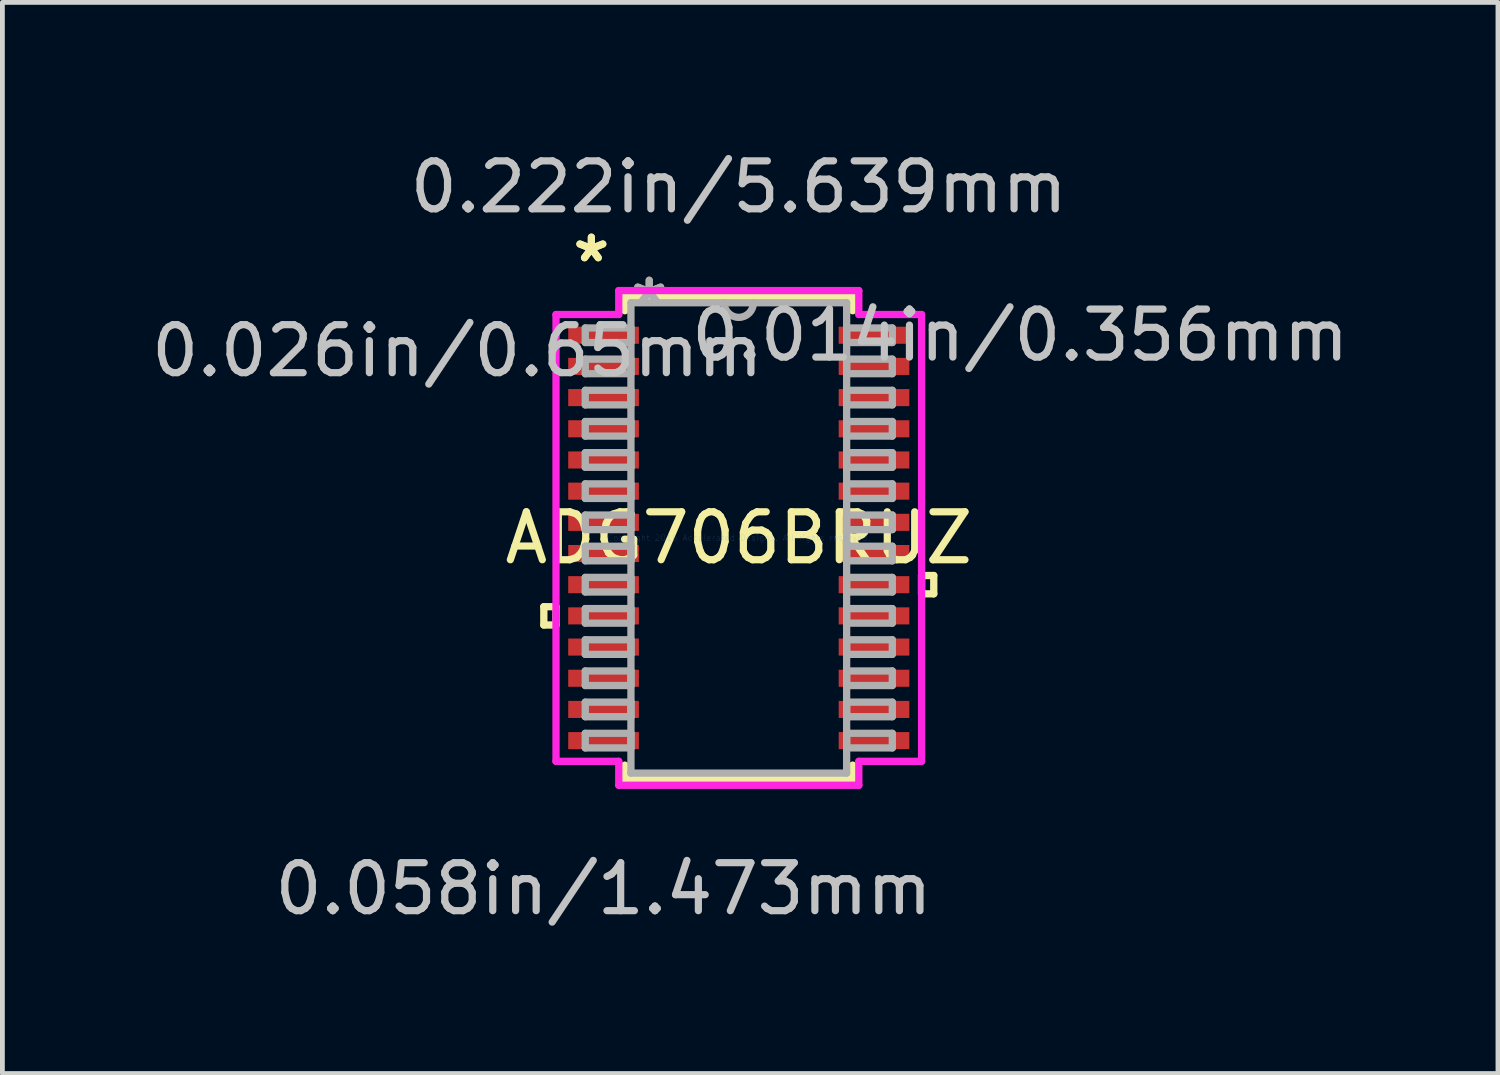
<source format=kicad_pcb>
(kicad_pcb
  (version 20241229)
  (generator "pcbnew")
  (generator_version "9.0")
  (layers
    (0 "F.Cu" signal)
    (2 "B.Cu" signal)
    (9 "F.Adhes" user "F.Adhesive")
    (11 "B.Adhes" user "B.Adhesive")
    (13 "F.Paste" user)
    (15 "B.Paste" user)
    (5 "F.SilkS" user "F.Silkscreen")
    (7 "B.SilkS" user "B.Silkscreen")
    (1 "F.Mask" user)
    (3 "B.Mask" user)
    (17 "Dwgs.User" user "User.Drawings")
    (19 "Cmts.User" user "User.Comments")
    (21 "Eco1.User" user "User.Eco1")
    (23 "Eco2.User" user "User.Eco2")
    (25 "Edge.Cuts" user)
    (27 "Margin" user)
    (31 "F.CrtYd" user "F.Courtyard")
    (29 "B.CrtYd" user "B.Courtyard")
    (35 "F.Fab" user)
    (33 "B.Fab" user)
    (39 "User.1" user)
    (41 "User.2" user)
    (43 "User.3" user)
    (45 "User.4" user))
  (footprint "ADG706BRUZ"
    (layer "F.Cu")
    (at 12.35 8.163)
    (property "Reference" "ADG706BRUZ" (at 0 0 0) (layer "F.SilkS") (effects (font (size 1 1) (thickness 0.15))))
    (attr through_hole)
    (fp_line (start -4.064 1.434) (end -4.064 1.815) (stroke (width 0.152) (type solid)) (layer "F.SilkS"))
    (fp_line (start -4.064 1.815) (end -3.81 1.815) (stroke (width 0.152) (type solid)) (layer "F.SilkS"))
    (fp_line (start -3.81 1.434) (end -4.064 1.434) (stroke (width 0.152) (type solid)) (layer "F.SilkS"))
    (fp_line (start -3.81 1.815) (end -3.81 1.434) (stroke (width 0.152) (type solid)) (layer "F.SilkS"))
    (fp_line (start -2.375 -5.029) (end -2.375 -4.736) (stroke (width 0.152) (type solid)) (layer "F.SilkS"))
    (fp_line (start -2.375 4.736) (end -2.375 5.029) (stroke (width 0.152) (type solid)) (layer "F.SilkS"))
    (fp_line (start -2.375 5.029) (end 2.375 5.029) (stroke (width 0.152) (type solid)) (layer "F.SilkS"))
    (fp_line (start 2.375 -5.029) (end -2.375 -5.029) (stroke (width 0.152) (type solid)) (layer "F.SilkS"))
    (fp_line (start 2.375 -4.736) (end 2.375 -5.029) (stroke (width 0.152) (type solid)) (layer "F.SilkS"))
    (fp_line (start 2.375 5.029) (end 2.375 4.736) (stroke (width 0.152) (type solid)) (layer "F.SilkS"))
    (fp_line (start 3.81 0.784) (end 4.064 0.784) (stroke (width 0.152) (type solid)) (layer "F.SilkS"))
    (fp_line (start 3.81 1.165) (end 3.81 0.784) (stroke (width 0.152) (type solid)) (layer "F.SilkS"))
    (fp_line (start 4.064 0.784) (end 4.064 1.165) (stroke (width 0.152) (type solid)) (layer "F.SilkS"))
    (fp_line (start 4.064 1.165) (end 3.81 1.165) (stroke (width 0.152) (type solid)) (layer "F.SilkS"))
    (fp_line (start -3.81 -4.657) (end -2.502 -4.657) (stroke (width 0.152) (type solid)) (layer "F.CrtYd"))
    (fp_line (start -3.81 4.657) (end -3.81 -4.657) (stroke (width 0.152) (type solid)) (layer "F.CrtYd"))
    (fp_line (start -2.502 -5.156) (end 2.502 -5.156) (stroke (width 0.152) (type solid)) (layer "F.CrtYd"))
    (fp_line (start -2.502 -4.657) (end -2.502 -5.156) (stroke (width 0.152) (type solid)) (layer "F.CrtYd"))
    (fp_line (start -2.502 4.657) (end -3.81 4.657) (stroke (width 0.152) (type solid)) (layer "F.CrtYd"))
    (fp_line (start -2.502 5.156) (end -2.502 4.657) (stroke (width 0.152) (type solid)) (layer "F.CrtYd"))
    (fp_line (start 2.502 -5.156) (end 2.502 -4.657) (stroke (width 0.152) (type solid)) (layer "F.CrtYd"))
    (fp_line (start 2.502 -4.657) (end 3.81 -4.657) (stroke (width 0.152) (type solid)) (layer "F.CrtYd"))
    (fp_line (start 2.502 4.657) (end 2.502 5.156) (stroke (width 0.152) (type solid)) (layer "F.CrtYd"))
    (fp_line (start 2.502 5.156) (end -2.502 5.156) (stroke (width 0.152) (type solid)) (layer "F.CrtYd"))
    (fp_line (start 3.81 -4.657) (end 3.81 4.657) (stroke (width 0.152) (type solid)) (layer "F.CrtYd"))
    (fp_line (start 3.81 4.657) (end 2.502 4.657) (stroke (width 0.152) (type solid)) (layer "F.CrtYd"))
    (fp_line (start -3.2 -4.377) (end -3.2 -4.073) (stroke (width 0.152) (type solid)) (layer "F.Fab"))
    (fp_line (start -3.2 -4.073) (end -2.248 -4.073) (stroke (width 0.152) (type solid)) (layer "F.Fab"))
    (fp_line (start -3.2 -3.727) (end -3.2 -3.423) (stroke (width 0.152) (type solid)) (layer "F.Fab"))
    (fp_line (start -3.2 -3.423) (end -2.248 -3.423) (stroke (width 0.152) (type solid)) (layer "F.Fab"))
    (fp_line (start -3.2 -3.077) (end -3.2 -2.773) (stroke (width 0.152) (type solid)) (layer "F.Fab"))
    (fp_line (start -3.2 -2.773) (end -2.248 -2.773) (stroke (width 0.152) (type solid)) (layer "F.Fab"))
    (fp_line (start -3.2 -2.427) (end -3.2 -2.123) (stroke (width 0.152) (type solid)) (layer "F.Fab"))
    (fp_line (start -3.2 -2.123) (end -2.248 -2.123) (stroke (width 0.152) (type solid)) (layer "F.Fab"))
    (fp_line (start -3.2 -1.777) (end -3.2 -1.473) (stroke (width 0.152) (type solid)) (layer "F.Fab"))
    (fp_line (start -3.2 -1.473) (end -2.248 -1.473) (stroke (width 0.152) (type solid)) (layer "F.Fab"))
    (fp_line (start -3.2 -1.127) (end -3.2 -0.823) (stroke (width 0.152) (type solid)) (layer "F.Fab"))
    (fp_line (start -3.2 -0.823) (end -2.248 -0.823) (stroke (width 0.152) (type solid)) (layer "F.Fab"))
    (fp_line (start -3.2 -0.477) (end -3.2 -0.173) (stroke (width 0.152) (type solid)) (layer "F.Fab"))
    (fp_line (start -3.2 -0.173) (end -2.248 -0.173) (stroke (width 0.152) (type solid)) (layer "F.Fab"))
    (fp_line (start -3.2 0.173) (end -3.2 0.477) (stroke (width 0.152) (type solid)) (layer "F.Fab"))
    (fp_line (start -3.2 0.477) (end -2.248 0.477) (stroke (width 0.152) (type solid)) (layer "F.Fab"))
    (fp_line (start -3.2 0.823) (end -3.2 1.127) (stroke (width 0.152) (type solid)) (layer "F.Fab"))
    (fp_line (start -3.2 1.127) (end -2.248 1.127) (stroke (width 0.152) (type solid)) (layer "F.Fab"))
    (fp_line (start -3.2 1.473) (end -3.2 1.777) (stroke (width 0.152) (type solid)) (layer "F.Fab"))
    (fp_line (start -3.2 1.777) (end -2.248 1.777) (stroke (width 0.152) (type solid)) (layer "F.Fab"))
    (fp_line (start -3.2 2.123) (end -3.2 2.427) (stroke (width 0.152) (type solid)) (layer "F.Fab"))
    (fp_line (start -3.2 2.427) (end -2.248 2.427) (stroke (width 0.152) (type solid)) (layer "F.Fab"))
    (fp_line (start -3.2 2.773) (end -3.2 3.077) (stroke (width 0.152) (type solid)) (layer "F.Fab"))
    (fp_line (start -3.2 3.077) (end -2.248 3.077) (stroke (width 0.152) (type solid)) (layer "F.Fab"))
    (fp_line (start -3.2 3.423) (end -3.2 3.727) (stroke (width 0.152) (type solid)) (layer "F.Fab"))
    (fp_line (start -3.2 3.727) (end -2.248 3.727) (stroke (width 0.152) (type solid)) (layer "F.Fab"))
    (fp_line (start -3.2 4.073) (end -3.2 4.377) (stroke (width 0.152) (type solid)) (layer "F.Fab"))
    (fp_line (start -3.2 4.377) (end -2.248 4.377) (stroke (width 0.152) (type solid)) (layer "F.Fab"))
    (fp_line (start -2.248 -4.902) (end -2.248 4.902) (stroke (width 0.152) (type solid)) (layer "F.Fab"))
    (fp_line (start -2.248 -4.377) (end -3.2 -4.377) (stroke (width 0.152) (type solid)) (layer "F.Fab"))
    (fp_line (start -2.248 -4.073) (end -2.248 -4.377) (stroke (width 0.152) (type solid)) (layer "F.Fab"))
    (fp_line (start -2.248 -3.727) (end -3.2 -3.727) (stroke (width 0.152) (type solid)) (layer "F.Fab"))
    (fp_line (start -2.248 -3.423) (end -2.248 -3.727) (stroke (width 0.152) (type solid)) (layer "F.Fab"))
    (fp_line (start -2.248 -3.077) (end -3.2 -3.077) (stroke (width 0.152) (type solid)) (layer "F.Fab"))
    (fp_line (start -2.248 -2.773) (end -2.248 -3.077) (stroke (width 0.152) (type solid)) (layer "F.Fab"))
    (fp_line (start -2.248 -2.427) (end -3.2 -2.427) (stroke (width 0.152) (type solid)) (layer "F.Fab"))
    (fp_line (start -2.248 -2.123) (end -2.248 -2.427) (stroke (width 0.152) (type solid)) (layer "F.Fab"))
    (fp_line (start -2.248 -1.777) (end -3.2 -1.777) (stroke (width 0.152) (type solid)) (layer "F.Fab"))
    (fp_line (start -2.248 -1.473) (end -2.248 -1.777) (stroke (width 0.152) (type solid)) (layer "F.Fab"))
    (fp_line (start -2.248 -1.127) (end -3.2 -1.127) (stroke (width 0.152) (type solid)) (layer "F.Fab"))
    (fp_line (start -2.248 -0.823) (end -2.248 -1.127) (stroke (width 0.152) (type solid)) (layer "F.Fab"))
    (fp_line (start -2.248 -0.477) (end -3.2 -0.477) (stroke (width 0.152) (type solid)) (layer "F.Fab"))
    (fp_line (start -2.248 -0.173) (end -2.248 -0.477) (stroke (width 0.152) (type solid)) (layer "F.Fab"))
    (fp_line (start -2.248 0.173) (end -3.2 0.173) (stroke (width 0.152) (type solid)) (layer "F.Fab"))
    (fp_line (start -2.248 0.477) (end -2.248 0.173) (stroke (width 0.152) (type solid)) (layer "F.Fab"))
    (fp_line (start -2.248 0.823) (end -3.2 0.823) (stroke (width 0.152) (type solid)) (layer "F.Fab"))
    (fp_line (start -2.248 1.127) (end -2.248 0.823) (stroke (width 0.152) (type solid)) (layer "F.Fab"))
    (fp_line (start -2.248 1.473) (end -3.2 1.473) (stroke (width 0.152) (type solid)) (layer "F.Fab"))
    (fp_line (start -2.248 1.777) (end -2.248 1.473) (stroke (width 0.152) (type solid)) (layer "F.Fab"))
    (fp_line (start -2.248 2.123) (end -3.2 2.123) (stroke (width 0.152) (type solid)) (layer "F.Fab"))
    (fp_line (start -2.248 2.427) (end -2.248 2.123) (stroke (width 0.152) (type solid)) (layer "F.Fab"))
    (fp_line (start -2.248 2.773) (end -3.2 2.773) (stroke (width 0.152) (type solid)) (layer "F.Fab"))
    (fp_line (start -2.248 3.077) (end -2.248 2.773) (stroke (width 0.152) (type solid)) (layer "F.Fab"))
    (fp_line (start -2.248 3.423) (end -3.2 3.423) (stroke (width 0.152) (type solid)) (layer "F.Fab"))
    (fp_line (start -2.248 3.727) (end -2.248 3.423) (stroke (width 0.152) (type solid)) (layer "F.Fab"))
    (fp_line (start -2.248 4.073) (end -3.2 4.073) (stroke (width 0.152) (type solid)) (layer "F.Fab"))
    (fp_line (start -2.248 4.377) (end -2.248 4.073) (stroke (width 0.152) (type solid)) (layer "F.Fab"))
    (fp_line (start -2.248 4.902) (end 2.248 4.902) (stroke (width 0.152) (type solid)) (layer "F.Fab"))
    (fp_line (start 2.248 -4.902) (end -2.248 -4.902) (stroke (width 0.152) (type solid)) (layer "F.Fab"))
    (fp_line (start 2.248 -4.377) (end 2.248 -4.073) (stroke (width 0.152) (type solid)) (layer "F.Fab"))
    (fp_line (start 2.248 -4.073) (end 3.2 -4.073) (stroke (width 0.152) (type solid)) (layer "F.Fab"))
    (fp_line (start 2.248 -3.727) (end 2.248 -3.423) (stroke (width 0.152) (type solid)) (layer "F.Fab"))
    (fp_line (start 2.248 -3.423) (end 3.2 -3.423) (stroke (width 0.152) (type solid)) (layer "F.Fab"))
    (fp_line (start 2.248 -3.077) (end 2.248 -2.773) (stroke (width 0.152) (type solid)) (layer "F.Fab"))
    (fp_line (start 2.248 -2.773) (end 3.2 -2.773) (stroke (width 0.152) (type solid)) (layer "F.Fab"))
    (fp_line (start 2.248 -2.427) (end 2.248 -2.123) (stroke (width 0.152) (type solid)) (layer "F.Fab"))
    (fp_line (start 2.248 -2.123) (end 3.2 -2.123) (stroke (width 0.152) (type solid)) (layer "F.Fab"))
    (fp_line (start 2.248 -1.777) (end 2.248 -1.473) (stroke (width 0.152) (type solid)) (layer "F.Fab"))
    (fp_line (start 2.248 -1.473) (end 3.2 -1.473) (stroke (width 0.152) (type solid)) (layer "F.Fab"))
    (fp_line (start 2.248 -1.127) (end 2.248 -0.823) (stroke (width 0.152) (type solid)) (layer "F.Fab"))
    (fp_line (start 2.248 -0.823) (end 3.2 -0.823) (stroke (width 0.152) (type solid)) (layer "F.Fab"))
    (fp_line (start 2.248 -0.477) (end 2.248 -0.173) (stroke (width 0.152) (type solid)) (layer "F.Fab"))
    (fp_line (start 2.248 -0.173) (end 3.2 -0.173) (stroke (width 0.152) (type solid)) (layer "F.Fab"))
    (fp_line (start 2.248 0.173) (end 2.248 0.477) (stroke (width 0.152) (type solid)) (layer "F.Fab"))
    (fp_line (start 2.248 0.477) (end 3.2 0.477) (stroke (width 0.152) (type solid)) (layer "F.Fab"))
    (fp_line (start 2.248 0.823) (end 2.248 1.127) (stroke (width 0.152) (type solid)) (layer "F.Fab"))
    (fp_line (start 2.248 1.127) (end 3.2 1.127) (stroke (width 0.152) (type solid)) (layer "F.Fab"))
    (fp_line (start 2.248 1.473) (end 2.248 1.777) (stroke (width 0.152) (type solid)) (layer "F.Fab"))
    (fp_line (start 2.248 1.777) (end 3.2 1.777) (stroke (width 0.152) (type solid)) (layer "F.Fab"))
    (fp_line (start 2.248 2.123) (end 2.248 2.427) (stroke (width 0.152) (type solid)) (layer "F.Fab"))
    (fp_line (start 2.248 2.427) (end 3.2 2.427) (stroke (width 0.152) (type solid)) (layer "F.Fab"))
    (fp_line (start 2.248 2.773) (end 2.248 3.077) (stroke (width 0.152) (type solid)) (layer "F.Fab"))
    (fp_line (start 2.248 3.077) (end 3.2 3.077) (stroke (width 0.152) (type solid)) (layer "F.Fab"))
    (fp_line (start 2.248 3.423) (end 2.248 3.727) (stroke (width 0.152) (type solid)) (layer "F.Fab"))
    (fp_line (start 2.248 3.727) (end 3.2 3.727) (stroke (width 0.152) (type solid)) (layer "F.Fab"))
    (fp_line (start 2.248 4.073) (end 2.248 4.377) (stroke (width 0.152) (type solid)) (layer "F.Fab"))
    (fp_line (start 2.248 4.377) (end 3.2 4.377) (stroke (width 0.152) (type solid)) (layer "F.Fab"))
    (fp_line (start 2.248 4.902) (end 2.248 -4.902) (stroke (width 0.152) (type solid)) (layer "F.Fab"))
    (fp_line (start 3.2 -4.377) (end 2.248 -4.377) (stroke (width 0.152) (type solid)) (layer "F.Fab"))
    (fp_line (start 3.2 -4.073) (end 3.2 -4.377) (stroke (width 0.152) (type solid)) (layer "F.Fab"))
    (fp_line (start 3.2 -3.727) (end 2.248 -3.727) (stroke (width 0.152) (type solid)) (layer "F.Fab"))
    (fp_line (start 3.2 -3.423) (end 3.2 -3.727) (stroke (width 0.152) (type solid)) (layer "F.Fab"))
    (fp_line (start 3.2 -3.077) (end 2.248 -3.077) (stroke (width 0.152) (type solid)) (layer "F.Fab"))
    (fp_line (start 3.2 -2.773) (end 3.2 -3.077) (stroke (width 0.152) (type solid)) (layer "F.Fab"))
    (fp_line (start 3.2 -2.427) (end 2.248 -2.427) (stroke (width 0.152) (type solid)) (layer "F.Fab"))
    (fp_line (start 3.2 -2.123) (end 3.2 -2.427) (stroke (width 0.152) (type solid)) (layer "F.Fab"))
    (fp_line (start 3.2 -1.777) (end 2.248 -1.777) (stroke (width 0.152) (type solid)) (layer "F.Fab"))
    (fp_line (start 3.2 -1.473) (end 3.2 -1.777) (stroke (width 0.152) (type solid)) (layer "F.Fab"))
    (fp_line (start 3.2 -1.127) (end 2.248 -1.127) (stroke (width 0.152) (type solid)) (layer "F.Fab"))
    (fp_line (start 3.2 -0.823) (end 3.2 -1.127) (stroke (width 0.152) (type solid)) (layer "F.Fab"))
    (fp_line (start 3.2 -0.477) (end 2.248 -0.477) (stroke (width 0.152) (type solid)) (layer "F.Fab"))
    (fp_line (start 3.2 -0.173) (end 3.2 -0.477) (stroke (width 0.152) (type solid)) (layer "F.Fab"))
    (fp_line (start 3.2 0.173) (end 2.248 0.173) (stroke (width 0.152) (type solid)) (layer "F.Fab"))
    (fp_line (start 3.2 0.477) (end 3.2 0.173) (stroke (width 0.152) (type solid)) (layer "F.Fab"))
    (fp_line (start 3.2 0.823) (end 2.248 0.823) (stroke (width 0.152) (type solid)) (layer "F.Fab"))
    (fp_line (start 3.2 1.127) (end 3.2 0.823) (stroke (width 0.152) (type solid)) (layer "F.Fab"))
    (fp_line (start 3.2 1.473) (end 2.248 1.473) (stroke (width 0.152) (type solid)) (layer "F.Fab"))
    (fp_line (start 3.2 1.777) (end 3.2 1.473) (stroke (width 0.152) (type solid)) (layer "F.Fab"))
    (fp_line (start 3.2 2.123) (end 2.248 2.123) (stroke (width 0.152) (type solid)) (layer "F.Fab"))
    (fp_line (start 3.2 2.427) (end 3.2 2.123) (stroke (width 0.152) (type solid)) (layer "F.Fab"))
    (fp_line (start 3.2 2.773) (end 2.248 2.773) (stroke (width 0.152) (type solid)) (layer "F.Fab"))
    (fp_line (start 3.2 3.077) (end 3.2 2.773) (stroke (width 0.152) (type solid)) (layer "F.Fab"))
    (fp_line (start 3.2 3.423) (end 2.248 3.423) (stroke (width 0.152) (type solid)) (layer "F.Fab"))
    (fp_line (start 3.2 3.727) (end 3.2 3.423) (stroke (width 0.152) (type solid)) (layer "F.Fab"))
    (fp_line (start 3.2 4.073) (end 2.248 4.073) (stroke (width 0.152) (type solid)) (layer "F.Fab"))
    (fp_line (start 3.2 4.377) (end 3.2 4.073) (stroke (width 0.152) (type solid)) (layer "F.Fab"))
    (fp_arc (start 0.3048 -4.9022) (mid 0 -4.5974) (end -0.3048 -4.9022) (stroke (width 0.1524) (type solid)) (layer "F.Fab"))
    (fp_text user "*" (at -3.073 -5.724 0) (layer "F.SilkS") (effects (font (size 1 1) (thickness 0.15))))
    (fp_text user "*" (at -3.073 -5.724 0) (layer "F.SilkS") (effects (font (size 1 1) (thickness 0.15))))
    (fp_text user "0.014in/0.356mm" (at 5.867 -4.225 0) (layer "Dwgs.User") (effects (font (size 1 1) (thickness 0.15))))
    (fp_text user "0.058in/1.473mm" (at -2.819 7.315 0) (layer "Dwgs.User") (effects (font (size 1 1) (thickness 0.15))))
    (fp_text user "0.222in/5.639mm" (at 0 -7.315 0) (layer "Dwgs.User") (effects (font (size 1 1) (thickness 0.15))))
    (fp_text user "0.026in/0.65mm" (at -5.867 -3.9 0) (layer "Dwgs.User") (effects (font (size 1 1) (thickness 0.15))))
    (fp_text user "Copyright 2016 Accelerated Designs. All rights reserved." (at 0 0 0) (layer "Cmts.User") (effects (font (size 0.127 0.127) (thickness 0.002))))
    (fp_text user "*" (at -1.867 -4.826 0) (layer "F.Fab") (effects (font (size 1 1) (thickness 0.15))))
    (fp_text user "*" (at -1.867 -4.826 0) (layer "F.Fab") (effects (font (size 1 1) (thickness 0.15))))
    (pad "1" smd rect (at -2.819 -4.225) (size 1.473 0.356) (layers "F.Cu" "F.Mask" "F.Paste"))
    (pad "2" smd rect (at -2.819 -3.575) (size 1.473 0.356) (layers "F.Cu" "F.Mask" "F.Paste"))
    (pad "3" smd rect (at -2.819 -2.925) (size 1.473 0.356) (layers "F.Cu" "F.Mask" "F.Paste"))
    (pad "4" smd rect (at -2.819 -2.275) (size 1.473 0.356) (layers "F.Cu" "F.Mask" "F.Paste"))
    (pad "5" smd rect (at -2.819 -1.625) (size 1.473 0.356) (layers "F.Cu" "F.Mask" "F.Paste"))
    (pad "6" smd rect (at -2.819 -0.975) (size 1.473 0.356) (layers "F.Cu" "F.Mask" "F.Paste"))
    (pad "7" smd rect (at -2.819 -0.325) (size 1.473 0.356) (layers "F.Cu" "F.Mask" "F.Paste"))
    (pad "8" smd rect (at -2.819 0.325) (size 1.473 0.356) (layers "F.Cu" "F.Mask" "F.Paste"))
    (pad "9" smd rect (at -2.819 0.975) (size 1.473 0.356) (layers "F.Cu" "F.Mask" "F.Paste"))
    (pad "10" smd rect (at -2.819 1.625) (size 1.473 0.356) (layers "F.Cu" "F.Mask" "F.Paste"))
    (pad "11" smd rect (at -2.819 2.275) (size 1.473 0.356) (layers "F.Cu" "F.Mask" "F.Paste"))
    (pad "12" smd rect (at -2.819 2.925) (size 1.473 0.356) (layers "F.Cu" "F.Mask" "F.Paste"))
    (pad "13" smd rect (at -2.819 3.575) (size 1.473 0.356) (layers "F.Cu" "F.Mask" "F.Paste"))
    (pad "14" smd rect (at -2.819 4.225) (size 1.473 0.356) (layers "F.Cu" "F.Mask" "F.Paste"))
    (pad "15" smd rect (at 2.819 4.225) (size 1.473 0.356) (layers "F.Cu" "F.Mask" "F.Paste"))
    (pad "16" smd rect (at 2.819 3.575) (size 1.473 0.356) (layers "F.Cu" "F.Mask" "F.Paste"))
    (pad "17" smd rect (at 2.819 2.925) (size 1.473 0.356) (layers "F.Cu" "F.Mask" "F.Paste"))
    (pad "18" smd rect (at 2.819 2.275) (size 1.473 0.356) (layers "F.Cu" "F.Mask" "F.Paste"))
    (pad "19" smd rect (at 2.819 1.625) (size 1.473 0.356) (layers "F.Cu" "F.Mask" "F.Paste"))
    (pad "20" smd rect (at 2.819 0.975) (size 1.473 0.356) (layers "F.Cu" "F.Mask" "F.Paste"))
    (pad "21" smd rect (at 2.819 0.325) (size 1.473 0.356) (layers "F.Cu" "F.Mask" "F.Paste"))
    (pad "22" smd rect (at 2.819 -0.325) (size 1.473 0.356) (layers "F.Cu" "F.Mask" "F.Paste"))
    (pad "23" smd rect (at 2.819 -0.975) (size 1.473 0.356) (layers "F.Cu" "F.Mask" "F.Paste"))
    (pad "24" smd rect (at 2.819 -1.625) (size 1.473 0.356) (layers "F.Cu" "F.Mask" "F.Paste"))
    (pad "25" smd rect (at 2.819 -2.275) (size 1.473 0.356) (layers "F.Cu" "F.Mask" "F.Paste"))
    (pad "26" smd rect (at 2.819 -2.925) (size 1.473 0.356) (layers "F.Cu" "F.Mask" "F.Paste"))
    (pad "27" smd rect (at 2.819 -3.575) (size 1.473 0.356) (layers "F.Cu" "F.Mask" "F.Paste"))
    (pad "28" smd rect (at 2.819 -4.225) (size 1.473 0.356) (layers "F.Cu" "F.Mask" "F.Paste")))
  (gr_rect
    (start -3 -3)
    (end 28.175 19.327)
    (stroke (width 0.1) (type default))
    (fill no)
    (layer "Edge.Cuts")))
</source>
